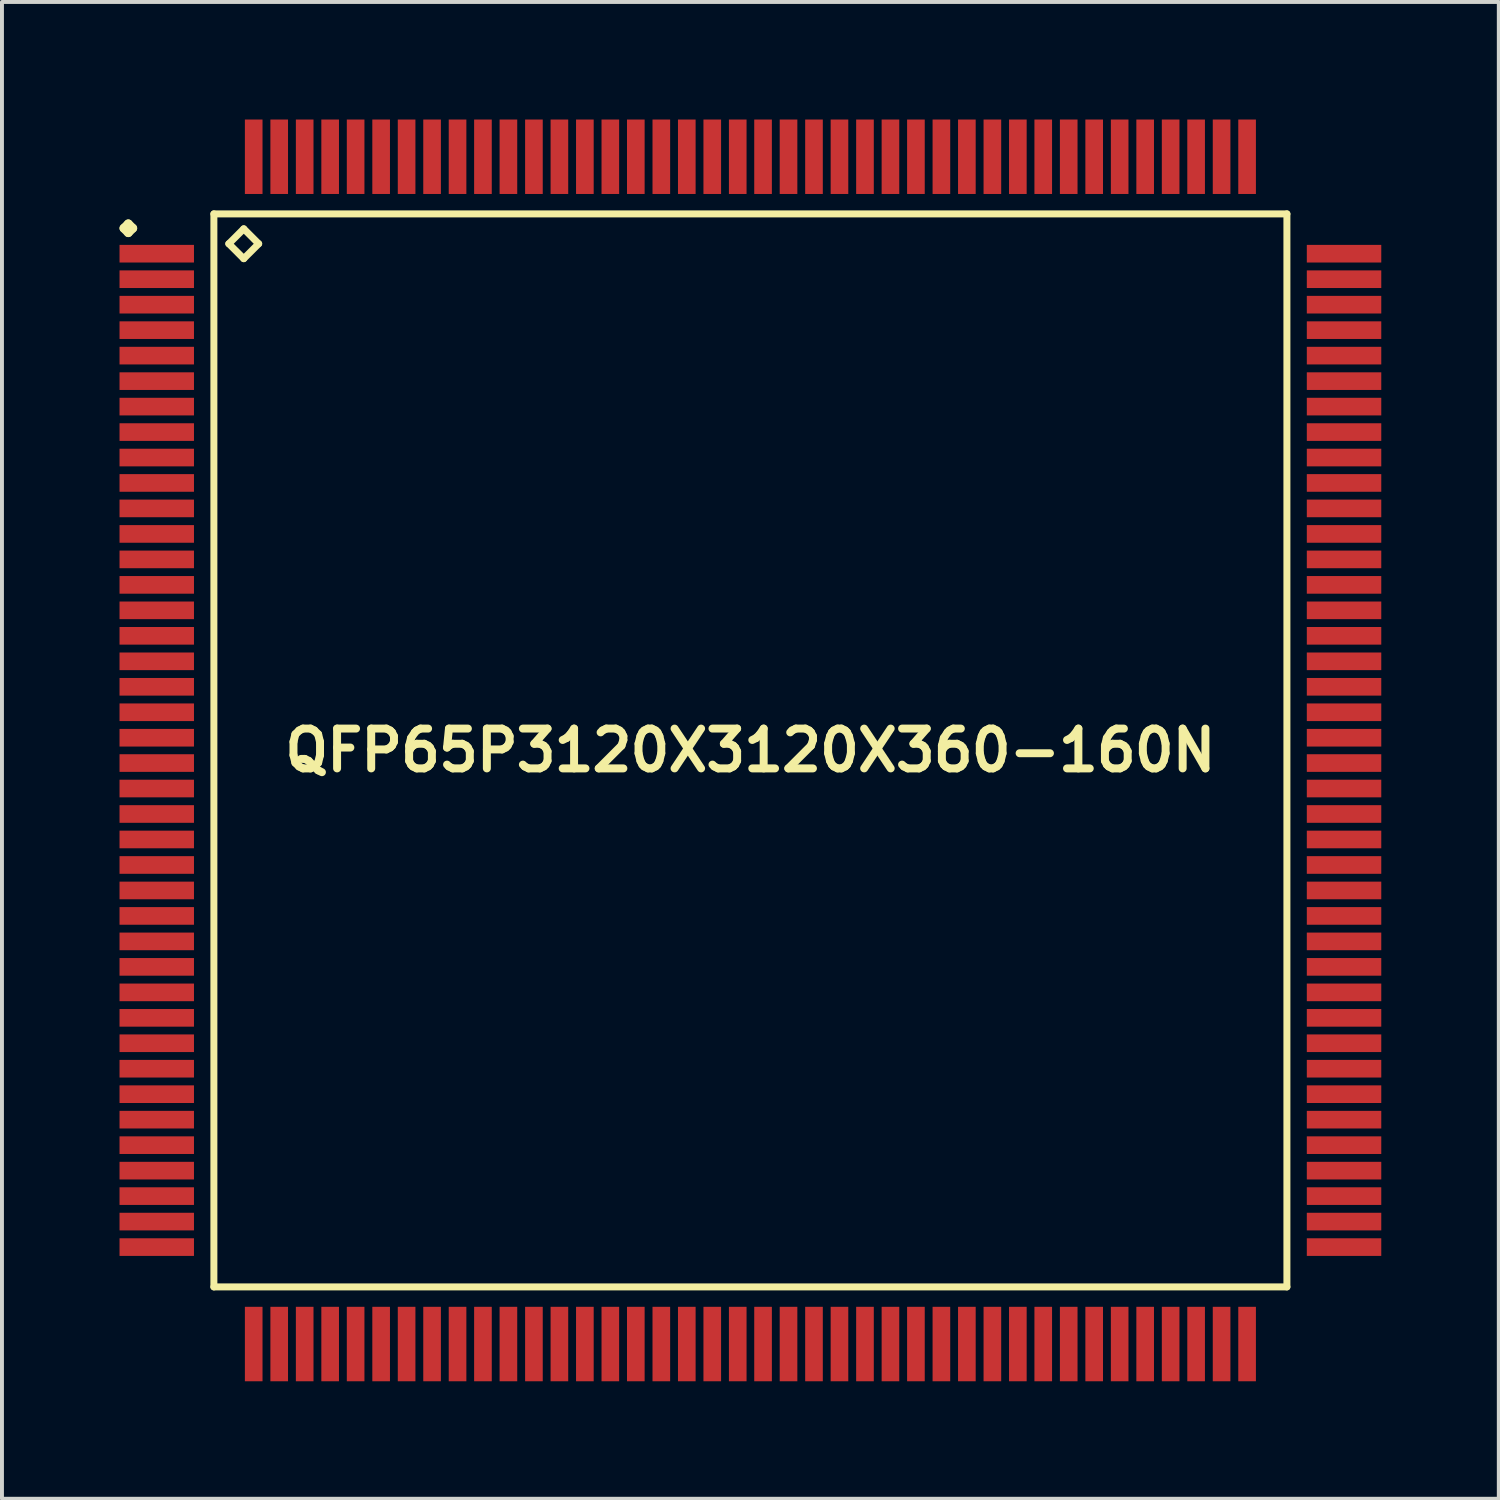
<source format=kicad_pcb>
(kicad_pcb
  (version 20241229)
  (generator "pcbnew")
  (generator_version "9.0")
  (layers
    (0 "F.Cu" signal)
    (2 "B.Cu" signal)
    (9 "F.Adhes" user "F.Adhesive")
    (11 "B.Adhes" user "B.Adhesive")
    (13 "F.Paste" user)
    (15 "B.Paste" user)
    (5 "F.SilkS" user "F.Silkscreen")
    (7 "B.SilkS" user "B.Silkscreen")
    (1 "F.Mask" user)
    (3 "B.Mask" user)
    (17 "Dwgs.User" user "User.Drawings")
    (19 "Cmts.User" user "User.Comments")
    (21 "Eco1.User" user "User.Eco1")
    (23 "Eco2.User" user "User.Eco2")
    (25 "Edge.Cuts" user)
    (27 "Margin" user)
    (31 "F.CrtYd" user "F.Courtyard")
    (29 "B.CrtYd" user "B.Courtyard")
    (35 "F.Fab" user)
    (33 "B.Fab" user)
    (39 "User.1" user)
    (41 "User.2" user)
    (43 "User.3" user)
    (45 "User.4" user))
  (footprint "QFP65P3120X3120X360-160N"
    (layer "F.Cu")
    (at 16.099 16.099)
    (property "Reference" "QFP65P3120X3120X360-160N" (at 0 0 0) (layer "F.SilkS") (effects (font (size 1.016 1.016) (thickness 0.203))))
    (attr smd)
    (fp_line (start -15.987 -13.325) (end -15.875 -13.437) (stroke (width 0.224) (type solid)) (layer "F.SilkS"))
    (fp_line (start -15.875 -13.437) (end -15.761 -13.325) (stroke (width 0.224) (type solid)) (layer "F.SilkS"))
    (fp_line (start -15.875 -13.211) (end -15.987 -13.325) (stroke (width 0.224) (type solid)) (layer "F.SilkS"))
    (fp_line (start -15.761 -13.325) (end -15.875 -13.211) (stroke (width 0.224) (type solid)) (layer "F.SilkS"))
    (fp_line (start -13.691 -13.691) (end -13.691 13.691) (stroke (width 0.178) (type solid)) (layer "F.SilkS"))
    (fp_line (start -13.691 13.691) (end 13.691 13.691) (stroke (width 0.178) (type solid)) (layer "F.SilkS"))
    (fp_line (start -13.31 -12.929) (end -12.929 -13.31) (stroke (width 0.178) (type solid)) (layer "F.SilkS"))
    (fp_line (start -12.929 -13.31) (end -12.548 -12.929) (stroke (width 0.178) (type solid)) (layer "F.SilkS"))
    (fp_line (start -12.929 -12.548) (end -13.31 -12.929) (stroke (width 0.178) (type solid)) (layer "F.SilkS"))
    (fp_line (start -12.548 -12.929) (end -12.929 -12.548) (stroke (width 0.178) (type solid)) (layer "F.SilkS"))
    (fp_line (start 13.691 -13.691) (end -13.691 -13.691) (stroke (width 0.178) (type solid)) (layer "F.SilkS"))
    (fp_line (start 13.691 13.691) (end 13.691 -13.691) (stroke (width 0.178) (type solid)) (layer "F.SilkS"))
    (pad "1" smd rect (at -15.149 -12.675) (size 1.9 0.45) (layers "F.Cu" "F.Mask" "F.Paste"))
    (pad "2" smd rect (at -15.149 -12.024) (size 1.9 0.45) (layers "F.Cu" "F.Mask" "F.Paste"))
    (pad "3" smd rect (at -15.149 -11.374) (size 1.9 0.45) (layers "F.Cu" "F.Mask" "F.Paste"))
    (pad "4" smd rect (at -15.149 -10.724) (size 1.9 0.45) (layers "F.Cu" "F.Mask" "F.Paste"))
    (pad "5" smd rect (at -15.149 -10.074) (size 1.9 0.45) (layers "F.Cu" "F.Mask" "F.Paste"))
    (pad "6" smd rect (at -15.149 -9.423) (size 1.9 0.45) (layers "F.Cu" "F.Mask" "F.Paste"))
    (pad "7" smd rect (at -15.149 -8.773) (size 1.9 0.45) (layers "F.Cu" "F.Mask" "F.Paste"))
    (pad "8" smd rect (at -15.149 -8.123) (size 1.9 0.45) (layers "F.Cu" "F.Mask" "F.Paste"))
    (pad "9" smd rect (at -15.149 -7.473) (size 1.9 0.45) (layers "F.Cu" "F.Mask" "F.Paste"))
    (pad "10" smd rect (at -15.149 -6.825) (size 1.9 0.45) (layers "F.Cu" "F.Mask" "F.Paste"))
    (pad "11" smd rect (at -15.149 -6.175) (size 1.9 0.45) (layers "F.Cu" "F.Mask" "F.Paste"))
    (pad "12" smd rect (at -15.149 -5.524) (size 1.9 0.45) (layers "F.Cu" "F.Mask" "F.Paste"))
    (pad "13" smd rect (at -15.149 -4.874) (size 1.9 0.45) (layers "F.Cu" "F.Mask" "F.Paste"))
    (pad "14" smd rect (at -15.149 -4.224) (size 1.9 0.45) (layers "F.Cu" "F.Mask" "F.Paste"))
    (pad "15" smd rect (at -15.149 -3.574) (size 1.9 0.45) (layers "F.Cu" "F.Mask" "F.Paste"))
    (pad "16" smd rect (at -15.149 -2.924) (size 1.9 0.45) (layers "F.Cu" "F.Mask" "F.Paste"))
    (pad "17" smd rect (at -15.149 -2.273) (size 1.9 0.45) (layers "F.Cu" "F.Mask" "F.Paste"))
    (pad "18" smd rect (at -15.149 -1.623) (size 1.9 0.45) (layers "F.Cu" "F.Mask" "F.Paste"))
    (pad "19" smd rect (at -15.149 -0.973) (size 1.9 0.45) (layers "F.Cu" "F.Mask" "F.Paste"))
    (pad "20" smd rect (at -15.149 -0.323) (size 1.9 0.45) (layers "F.Cu" "F.Mask" "F.Paste"))
    (pad "21" smd rect (at -15.149 0.323) (size 1.9 0.45) (layers "F.Cu" "F.Mask" "F.Paste"))
    (pad "22" smd rect (at -15.149 0.973) (size 1.9 0.45) (layers "F.Cu" "F.Mask" "F.Paste"))
    (pad "23" smd rect (at -15.149 1.623) (size 1.9 0.45) (layers "F.Cu" "F.Mask" "F.Paste"))
    (pad "24" smd rect (at -15.149 2.273) (size 1.9 0.45) (layers "F.Cu" "F.Mask" "F.Paste"))
    (pad "25" smd rect (at -15.149 2.924) (size 1.9 0.45) (layers "F.Cu" "F.Mask" "F.Paste"))
    (pad "26" smd rect (at -15.149 3.574) (size 1.9 0.45) (layers "F.Cu" "F.Mask" "F.Paste"))
    (pad "27" smd rect (at -15.149 4.224) (size 1.9 0.45) (layers "F.Cu" "F.Mask" "F.Paste"))
    (pad "28" smd rect (at -15.149 4.874) (size 1.9 0.45) (layers "F.Cu" "F.Mask" "F.Paste"))
    (pad "29" smd rect (at -15.149 5.524) (size 1.9 0.45) (layers "F.Cu" "F.Mask" "F.Paste"))
    (pad "30" smd rect (at -15.149 6.175) (size 1.9 0.45) (layers "F.Cu" "F.Mask" "F.Paste"))
    (pad "31" smd rect (at -15.149 6.825) (size 1.9 0.45) (layers "F.Cu" "F.Mask" "F.Paste"))
    (pad "32" smd rect (at -15.149 7.473) (size 1.9 0.45) (layers "F.Cu" "F.Mask" "F.Paste"))
    (pad "33" smd rect (at -15.149 8.123) (size 1.9 0.45) (layers "F.Cu" "F.Mask" "F.Paste"))
    (pad "34" smd rect (at -15.149 8.773) (size 1.9 0.45) (layers "F.Cu" "F.Mask" "F.Paste"))
    (pad "35" smd rect (at -15.149 9.423) (size 1.9 0.45) (layers "F.Cu" "F.Mask" "F.Paste"))
    (pad "36" smd rect (at -15.149 10.074) (size 1.9 0.45) (layers "F.Cu" "F.Mask" "F.Paste"))
    (pad "37" smd rect (at -15.149 10.724) (size 1.9 0.45) (layers "F.Cu" "F.Mask" "F.Paste"))
    (pad "38" smd rect (at -15.149 11.374) (size 1.9 0.45) (layers "F.Cu" "F.Mask" "F.Paste"))
    (pad "39" smd rect (at -15.149 12.024) (size 1.9 0.45) (layers "F.Cu" "F.Mask" "F.Paste"))
    (pad "40" smd rect (at -15.149 12.675) (size 1.9 0.45) (layers "F.Cu" "F.Mask" "F.Paste"))
    (pad "41" smd rect (at -12.675 15.149) (size 0.45 1.9) (layers "F.Cu" "F.Mask" "F.Paste"))
    (pad "42" smd rect (at -12.024 15.149) (size 0.45 1.9) (layers "F.Cu" "F.Mask" "F.Paste"))
    (pad "43" smd rect (at -11.374 15.149) (size 0.45 1.9) (layers "F.Cu" "F.Mask" "F.Paste"))
    (pad "44" smd rect (at -10.724 15.149) (size 0.45 1.9) (layers "F.Cu" "F.Mask" "F.Paste"))
    (pad "45" smd rect (at -10.074 15.149) (size 0.45 1.9) (layers "F.Cu" "F.Mask" "F.Paste"))
    (pad "46" smd rect (at -9.423 15.149) (size 0.45 1.9) (layers "F.Cu" "F.Mask" "F.Paste"))
    (pad "47" smd rect (at -8.773 15.149) (size 0.45 1.9) (layers "F.Cu" "F.Mask" "F.Paste"))
    (pad "48" smd rect (at -8.123 15.149) (size 0.45 1.9) (layers "F.Cu" "F.Mask" "F.Paste"))
    (pad "49" smd rect (at -7.473 15.149) (size 0.45 1.9) (layers "F.Cu" "F.Mask" "F.Paste"))
    (pad "50" smd rect (at -6.825 15.149) (size 0.45 1.9) (layers "F.Cu" "F.Mask" "F.Paste"))
    (pad "51" smd rect (at -6.175 15.149) (size 0.45 1.9) (layers "F.Cu" "F.Mask" "F.Paste"))
    (pad "52" smd rect (at -5.524 15.149) (size 0.45 1.9) (layers "F.Cu" "F.Mask" "F.Paste"))
    (pad "53" smd rect (at -4.874 15.149) (size 0.45 1.9) (layers "F.Cu" "F.Mask" "F.Paste"))
    (pad "54" smd rect (at -4.224 15.149) (size 0.45 1.9) (layers "F.Cu" "F.Mask" "F.Paste"))
    (pad "55" smd rect (at -3.574 15.149) (size 0.45 1.9) (layers "F.Cu" "F.Mask" "F.Paste"))
    (pad "56" smd rect (at -2.924 15.149) (size 0.45 1.9) (layers "F.Cu" "F.Mask" "F.Paste"))
    (pad "57" smd rect (at -2.273 15.149) (size 0.45 1.9) (layers "F.Cu" "F.Mask" "F.Paste"))
    (pad "58" smd rect (at -1.623 15.149) (size 0.45 1.9) (layers "F.Cu" "F.Mask" "F.Paste"))
    (pad "59" smd rect (at -0.973 15.149) (size 0.45 1.9) (layers "F.Cu" "F.Mask" "F.Paste"))
    (pad "60" smd rect (at -0.323 15.149) (size 0.45 1.9) (layers "F.Cu" "F.Mask" "F.Paste"))
    (pad "61" smd rect (at 0.323 15.149) (size 0.45 1.9) (layers "F.Cu" "F.Mask" "F.Paste"))
    (pad "62" smd rect (at 0.973 15.149) (size 0.45 1.9) (layers "F.Cu" "F.Mask" "F.Paste"))
    (pad "63" smd rect (at 1.623 15.149) (size 0.45 1.9) (layers "F.Cu" "F.Mask" "F.Paste"))
    (pad "64" smd rect (at 2.273 15.149) (size 0.45 1.9) (layers "F.Cu" "F.Mask" "F.Paste"))
    (pad "65" smd rect (at 2.924 15.149) (size 0.45 1.9) (layers "F.Cu" "F.Mask" "F.Paste"))
    (pad "66" smd rect (at 3.574 15.149) (size 0.45 1.9) (layers "F.Cu" "F.Mask" "F.Paste"))
    (pad "67" smd rect (at 4.224 15.149) (size 0.45 1.9) (layers "F.Cu" "F.Mask" "F.Paste"))
    (pad "68" smd rect (at 4.874 15.149) (size 0.45 1.9) (layers "F.Cu" "F.Mask" "F.Paste"))
    (pad "69" smd rect (at 5.524 15.149) (size 0.45 1.9) (layers "F.Cu" "F.Mask" "F.Paste"))
    (pad "70" smd rect (at 6.175 15.149) (size 0.45 1.9) (layers "F.Cu" "F.Mask" "F.Paste"))
    (pad "71" smd rect (at 6.825 15.149) (size 0.45 1.9) (layers "F.Cu" "F.Mask" "F.Paste"))
    (pad "72" smd rect (at 7.473 15.149) (size 0.45 1.9) (layers "F.Cu" "F.Mask" "F.Paste"))
    (pad "73" smd rect (at 8.123 15.149) (size 0.45 1.9) (layers "F.Cu" "F.Mask" "F.Paste"))
    (pad "74" smd rect (at 8.773 15.149) (size 0.45 1.9) (layers "F.Cu" "F.Mask" "F.Paste"))
    (pad "75" smd rect (at 9.423 15.149) (size 0.45 1.9) (layers "F.Cu" "F.Mask" "F.Paste"))
    (pad "76" smd rect (at 10.074 15.149) (size 0.45 1.9) (layers "F.Cu" "F.Mask" "F.Paste"))
    (pad "77" smd rect (at 10.724 15.149) (size 0.45 1.9) (layers "F.Cu" "F.Mask" "F.Paste"))
    (pad "78" smd rect (at 11.374 15.149) (size 0.45 1.9) (layers "F.Cu" "F.Mask" "F.Paste"))
    (pad "79" smd rect (at 12.024 15.149) (size 0.45 1.9) (layers "F.Cu" "F.Mask" "F.Paste"))
    (pad "80" smd rect (at 12.675 15.149) (size 0.45 1.9) (layers "F.Cu" "F.Mask" "F.Paste"))
    (pad "81" smd rect (at 15.149 12.675) (size 1.9 0.45) (layers "F.Cu" "F.Mask" "F.Paste"))
    (pad "82" smd rect (at 15.149 12.024) (size 1.9 0.45) (layers "F.Cu" "F.Mask" "F.Paste"))
    (pad "83" smd rect (at 15.149 11.374) (size 1.9 0.45) (layers "F.Cu" "F.Mask" "F.Paste"))
    (pad "84" smd rect (at 15.149 10.724) (size 1.9 0.45) (layers "F.Cu" "F.Mask" "F.Paste"))
    (pad "85" smd rect (at 15.149 10.074) (size 1.9 0.45) (layers "F.Cu" "F.Mask" "F.Paste"))
    (pad "86" smd rect (at 15.149 9.423) (size 1.9 0.45) (layers "F.Cu" "F.Mask" "F.Paste"))
    (pad "87" smd rect (at 15.149 8.773) (size 1.9 0.45) (layers "F.Cu" "F.Mask" "F.Paste"))
    (pad "88" smd rect (at 15.149 8.123) (size 1.9 0.45) (layers "F.Cu" "F.Mask" "F.Paste"))
    (pad "89" smd rect (at 15.149 7.473) (size 1.9 0.45) (layers "F.Cu" "F.Mask" "F.Paste"))
    (pad "90" smd rect (at 15.149 6.825) (size 1.9 0.45) (layers "F.Cu" "F.Mask" "F.Paste"))
    (pad "91" smd rect (at 15.149 6.175) (size 1.9 0.45) (layers "F.Cu" "F.Mask" "F.Paste"))
    (pad "92" smd rect (at 15.149 5.524) (size 1.9 0.45) (layers "F.Cu" "F.Mask" "F.Paste"))
    (pad "93" smd rect (at 15.149 4.874) (size 1.9 0.45) (layers "F.Cu" "F.Mask" "F.Paste"))
    (pad "94" smd rect (at 15.149 4.224) (size 1.9 0.45) (layers "F.Cu" "F.Mask" "F.Paste"))
    (pad "95" smd rect (at 15.149 3.574) (size 1.9 0.45) (layers "F.Cu" "F.Mask" "F.Paste"))
    (pad "96" smd rect (at 15.149 2.924) (size 1.9 0.45) (layers "F.Cu" "F.Mask" "F.Paste"))
    (pad "97" smd rect (at 15.149 2.273) (size 1.9 0.45) (layers "F.Cu" "F.Mask" "F.Paste"))
    (pad "98" smd rect (at 15.149 1.623) (size 1.9 0.45) (layers "F.Cu" "F.Mask" "F.Paste"))
    (pad "99" smd rect (at 15.149 0.973) (size 1.9 0.45) (layers "F.Cu" "F.Mask" "F.Paste"))
    (pad "100" smd rect (at 15.149 0.323) (size 1.9 0.45) (layers "F.Cu" "F.Mask" "F.Paste"))
    (pad "101" smd rect (at 15.149 -0.323) (size 1.9 0.45) (layers "F.Cu" "F.Mask" "F.Paste"))
    (pad "102" smd rect (at 15.149 -0.973) (size 1.9 0.45) (layers "F.Cu" "F.Mask" "F.Paste"))
    (pad "103" smd rect (at 15.149 -1.623) (size 1.9 0.45) (layers "F.Cu" "F.Mask" "F.Paste"))
    (pad "104" smd rect (at 15.149 -2.273) (size 1.9 0.45) (layers "F.Cu" "F.Mask" "F.Paste"))
    (pad "105" smd rect (at 15.149 -2.924) (size 1.9 0.45) (layers "F.Cu" "F.Mask" "F.Paste"))
    (pad "106" smd rect (at 15.149 -3.574) (size 1.9 0.45) (layers "F.Cu" "F.Mask" "F.Paste"))
    (pad "107" smd rect (at 15.149 -4.224) (size 1.9 0.45) (layers "F.Cu" "F.Mask" "F.Paste"))
    (pad "108" smd rect (at 15.149 -4.874) (size 1.9 0.45) (layers "F.Cu" "F.Mask" "F.Paste"))
    (pad "109" smd rect (at 15.149 -5.524) (size 1.9 0.45) (layers "F.Cu" "F.Mask" "F.Paste"))
    (pad "110" smd rect (at 15.149 -6.175) (size 1.9 0.45) (layers "F.Cu" "F.Mask" "F.Paste"))
    (pad "111" smd rect (at 15.149 -6.825) (size 1.9 0.45) (layers "F.Cu" "F.Mask" "F.Paste"))
    (pad "112" smd rect (at 15.149 -7.473) (size 1.9 0.45) (layers "F.Cu" "F.Mask" "F.Paste"))
    (pad "113" smd rect (at 15.149 -8.123) (size 1.9 0.45) (layers "F.Cu" "F.Mask" "F.Paste"))
    (pad "114" smd rect (at 15.149 -8.773) (size 1.9 0.45) (layers "F.Cu" "F.Mask" "F.Paste"))
    (pad "115" smd rect (at 15.149 -9.423) (size 1.9 0.45) (layers "F.Cu" "F.Mask" "F.Paste"))
    (pad "116" smd rect (at 15.149 -10.074) (size 1.9 0.45) (layers "F.Cu" "F.Mask" "F.Paste"))
    (pad "117" smd rect (at 15.149 -10.724) (size 1.9 0.45) (layers "F.Cu" "F.Mask" "F.Paste"))
    (pad "118" smd rect (at 15.149 -11.374) (size 1.9 0.45) (layers "F.Cu" "F.Mask" "F.Paste"))
    (pad "119" smd rect (at 15.149 -12.024) (size 1.9 0.45) (layers "F.Cu" "F.Mask" "F.Paste"))
    (pad "120" smd rect (at 15.149 -12.675) (size 1.9 0.45) (layers "F.Cu" "F.Mask" "F.Paste"))
    (pad "121" smd rect (at 12.675 -15.149) (size 0.45 1.9) (layers "F.Cu" "F.Mask" "F.Paste"))
    (pad "122" smd rect (at 12.024 -15.149) (size 0.45 1.9) (layers "F.Cu" "F.Mask" "F.Paste"))
    (pad "123" smd rect (at 11.374 -15.149) (size 0.45 1.9) (layers "F.Cu" "F.Mask" "F.Paste"))
    (pad "124" smd rect (at 10.724 -15.149) (size 0.45 1.9) (layers "F.Cu" "F.Mask" "F.Paste"))
    (pad "125" smd rect (at 10.074 -15.149) (size 0.45 1.9) (layers "F.Cu" "F.Mask" "F.Paste"))
    (pad "126" smd rect (at 9.423 -15.149) (size 0.45 1.9) (layers "F.Cu" "F.Mask" "F.Paste"))
    (pad "127" smd rect (at 8.773 -15.149) (size 0.45 1.9) (layers "F.Cu" "F.Mask" "F.Paste"))
    (pad "128" smd rect (at 8.123 -15.149) (size 0.45 1.9) (layers "F.Cu" "F.Mask" "F.Paste"))
    (pad "129" smd rect (at 7.473 -15.149) (size 0.45 1.9) (layers "F.Cu" "F.Mask" "F.Paste"))
    (pad "130" smd rect (at 6.825 -15.149) (size 0.45 1.9) (layers "F.Cu" "F.Mask" "F.Paste"))
    (pad "131" smd rect (at 6.175 -15.149) (size 0.45 1.9) (layers "F.Cu" "F.Mask" "F.Paste"))
    (pad "132" smd rect (at 5.524 -15.149) (size 0.45 1.9) (layers "F.Cu" "F.Mask" "F.Paste"))
    (pad "133" smd rect (at 4.874 -15.149) (size 0.45 1.9) (layers "F.Cu" "F.Mask" "F.Paste"))
    (pad "134" smd rect (at 4.224 -15.149) (size 0.45 1.9) (layers "F.Cu" "F.Mask" "F.Paste"))
    (pad "135" smd rect (at 3.574 -15.149) (size 0.45 1.9) (layers "F.Cu" "F.Mask" "F.Paste"))
    (pad "136" smd rect (at 2.924 -15.149) (size 0.45 1.9) (layers "F.Cu" "F.Mask" "F.Paste"))
    (pad "137" smd rect (at 2.273 -15.149) (size 0.45 1.9) (layers "F.Cu" "F.Mask" "F.Paste"))
    (pad "138" smd rect (at 1.623 -15.149) (size 0.45 1.9) (layers "F.Cu" "F.Mask" "F.Paste"))
    (pad "139" smd rect (at 0.973 -15.149) (size 0.45 1.9) (layers "F.Cu" "F.Mask" "F.Paste"))
    (pad "140" smd rect (at 0.323 -15.149) (size 0.45 1.9) (layers "F.Cu" "F.Mask" "F.Paste"))
    (pad "141" smd rect (at -0.323 -15.149) (size 0.45 1.9) (layers "F.Cu" "F.Mask" "F.Paste"))
    (pad "142" smd rect (at -0.973 -15.149) (size 0.45 1.9) (layers "F.Cu" "F.Mask" "F.Paste"))
    (pad "143" smd rect (at -1.623 -15.149) (size 0.45 1.9) (layers "F.Cu" "F.Mask" "F.Paste"))
    (pad "144" smd rect (at -2.273 -15.149) (size 0.45 1.9) (layers "F.Cu" "F.Mask" "F.Paste"))
    (pad "145" smd rect (at -2.924 -15.149) (size 0.45 1.9) (layers "F.Cu" "F.Mask" "F.Paste"))
    (pad "146" smd rect (at -3.574 -15.149) (size 0.45 1.9) (layers "F.Cu" "F.Mask" "F.Paste"))
    (pad "147" smd rect (at -4.224 -15.149) (size 0.45 1.9) (layers "F.Cu" "F.Mask" "F.Paste"))
    (pad "148" smd rect (at -4.874 -15.149) (size 0.45 1.9) (layers "F.Cu" "F.Mask" "F.Paste"))
    (pad "149" smd rect (at -5.524 -15.149) (size 0.45 1.9) (layers "F.Cu" "F.Mask" "F.Paste"))
    (pad "150" smd rect (at -6.175 -15.149) (size 0.45 1.9) (layers "F.Cu" "F.Mask" "F.Paste"))
    (pad "151" smd rect (at -6.825 -15.149) (size 0.45 1.9) (layers "F.Cu" "F.Mask" "F.Paste"))
    (pad "152" smd rect (at -7.473 -15.149) (size 0.45 1.9) (layers "F.Cu" "F.Mask" "F.Paste"))
    (pad "153" smd rect (at -8.123 -15.149) (size 0.45 1.9) (layers "F.Cu" "F.Mask" "F.Paste"))
    (pad "154" smd rect (at -8.773 -15.149) (size 0.45 1.9) (layers "F.Cu" "F.Mask" "F.Paste"))
    (pad "155" smd rect (at -9.423 -15.149) (size 0.45 1.9) (layers "F.Cu" "F.Mask" "F.Paste"))
    (pad "156" smd rect (at -10.074 -15.149) (size 0.45 1.9) (layers "F.Cu" "F.Mask" "F.Paste"))
    (pad "157" smd rect (at -10.724 -15.149) (size 0.45 1.9) (layers "F.Cu" "F.Mask" "F.Paste"))
    (pad "158" smd rect (at -11.374 -15.149) (size 0.45 1.9) (layers "F.Cu" "F.Mask" "F.Paste"))
    (pad "159" smd rect (at -12.024 -15.149) (size 0.45 1.9) (layers "F.Cu" "F.Mask" "F.Paste"))
    (pad "160" smd rect (at -12.675 -15.149) (size 0.45 1.9) (layers "F.Cu" "F.Mask" "F.Paste")))
  (gr_rect
    (start -3 -3)
    (end 35.197 35.197)
    (stroke (width 0.1) (type default))
    (fill no)
    (layer "Edge.Cuts")))
</source>
